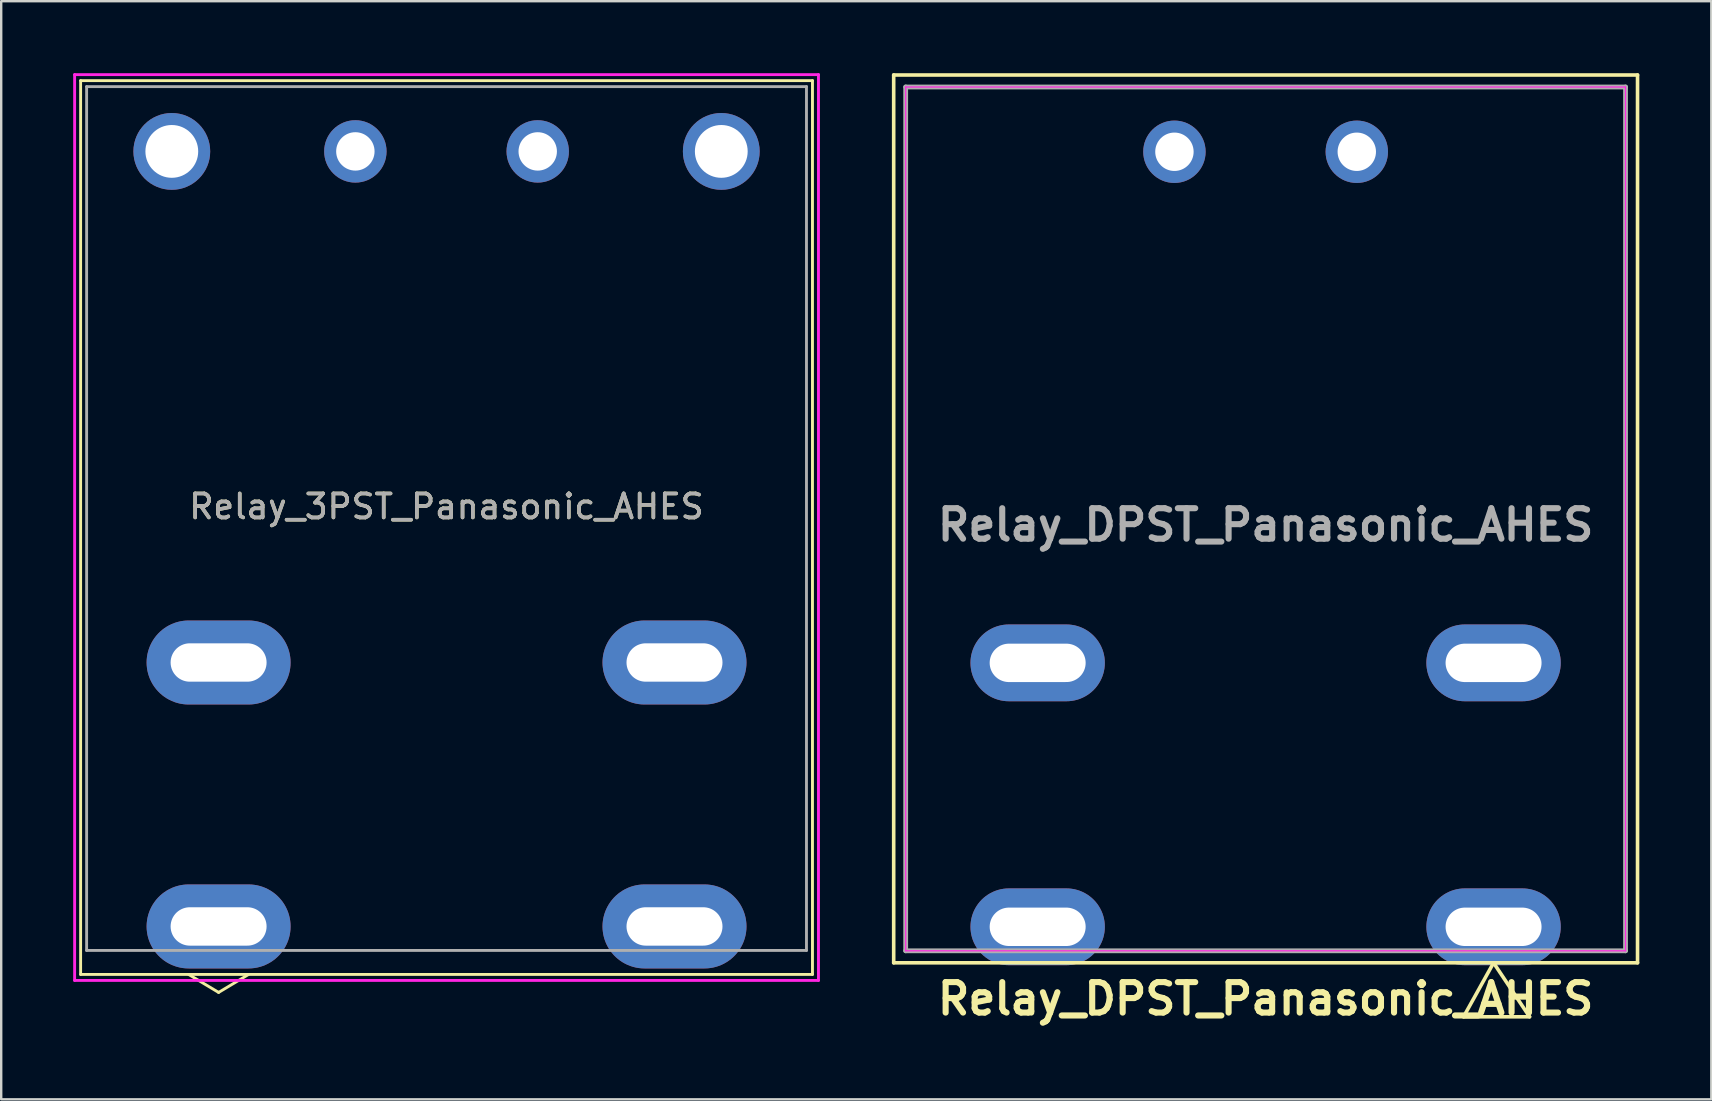
<source format=kicad_pcb>
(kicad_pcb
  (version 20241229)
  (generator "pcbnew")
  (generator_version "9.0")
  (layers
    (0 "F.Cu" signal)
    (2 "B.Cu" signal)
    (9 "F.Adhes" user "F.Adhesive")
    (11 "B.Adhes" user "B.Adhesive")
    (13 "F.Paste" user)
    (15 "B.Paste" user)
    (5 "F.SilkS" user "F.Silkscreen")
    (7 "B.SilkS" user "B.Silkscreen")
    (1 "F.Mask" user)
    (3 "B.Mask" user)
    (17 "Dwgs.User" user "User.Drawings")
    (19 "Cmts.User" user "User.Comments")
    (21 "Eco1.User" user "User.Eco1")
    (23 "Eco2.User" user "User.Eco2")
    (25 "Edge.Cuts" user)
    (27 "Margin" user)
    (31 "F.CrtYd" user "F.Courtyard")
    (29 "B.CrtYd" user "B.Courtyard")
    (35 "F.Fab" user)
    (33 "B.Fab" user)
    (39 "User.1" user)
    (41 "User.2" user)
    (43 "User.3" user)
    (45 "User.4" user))
  (footprint "Relay_DPST_Panasonic_AHES"
    (layer "F.Cu")
    (at 59.195 35.575)
    (property "Reference" "Relay_DPST_Panasonic_AHES" (at -9.5 3 180) (layer "F.SilkS") (effects (font (size 1.27 1.27) (thickness 0.254))))
    (attr through_hole)
    (fp_line (start -25 -35.5) (end 6 -35.5) (stroke (width 0.15) (type solid)) (layer "F.SilkS"))
    (fp_line (start -25 1.5) (end -25 -35.5) (stroke (width 0.15) (type solid)) (layer "F.SilkS"))
    (fp_line (start -1.25 3.75) (end 1.5 3.75) (stroke (width 0.15) (type solid)) (layer "F.SilkS"))
    (fp_line (start 0 1.5) (end -1.25 3.75) (stroke (width 0.15) (type solid)) (layer "F.SilkS"))
    (fp_line (start 1.5 3.75) (end 0 1.5) (stroke (width 0.15) (type solid)) (layer "F.SilkS"))
    (fp_line (start 6 -35.5) (end 6 1.5) (stroke (width 0.15) (type solid)) (layer "F.SilkS"))
    (fp_line (start 6 1.5) (end -25 1.5) (stroke (width 0.15) (type solid)) (layer "F.SilkS"))
    (fp_line (start -24.5 -35) (end 5.5 -35) (stroke (width 0.05) (type solid)) (layer "F.CrtYd"))
    (fp_line (start -24.5 1) (end -24.5 -35) (stroke (width 0.05) (type solid)) (layer "F.CrtYd"))
    (fp_line (start 5.5 -35) (end 5.5 1) (stroke (width 0.05) (type solid)) (layer "F.CrtYd"))
    (fp_line (start 5.5 1) (end -24.5 1) (stroke (width 0.05) (type solid)) (layer "F.CrtYd"))
    (fp_line (start -24.5 -35) (end 5.5 -35) (stroke (width 0.2) (type solid)) (layer "F.Fab"))
    (fp_line (start -24.5 1) (end -24.5 -35) (stroke (width 0.2) (type solid)) (layer "F.Fab"))
    (fp_line (start 5.5 -35) (end 5.5 1) (stroke (width 0.2) (type solid)) (layer "F.Fab"))
    (fp_line (start 5.5 1) (end -24.5 1) (stroke (width 0.2) (type solid)) (layer "F.Fab"))
    (fp_text user "${REFERENCE}" (at -9.5 -16.75 180) (layer "F.Fab") (effects (font (size 1.27 1.27) (thickness 0.254))))
    (pad "1" thru_hole oval (at 0 0) (size 5.6 3.2) (drill oval 4 1.6) (layers "*.Cu" "*.Mask"))
    (pad "2" thru_hole oval (at 0 -11) (size 5.6 3.2) (drill oval 4 1.6) (layers "*.Cu" "*.Mask"))
    (pad "4" thru_hole circle (at -5.7 -32.3) (size 2.6 2.6) (drill 1.6) (layers "*.Cu" "*.Mask"))
    (pad "5" thru_hole circle (at -13.3 -32.3) (size 2.6 2.6) (drill 1.6) (layers "*.Cu" "*.Mask"))
    (pad "7" thru_hole oval (at -19 -11) (size 5.6 3.2) (drill oval 4 1.6) (layers "*.Cu" "*.Mask"))
    (pad "8" thru_hole oval (at -19 0) (size 5.6 3.2) (drill oval 4 1.6) (layers "*.Cu" "*.Mask")))
  (footprint "Relay_3PST_Panasonic_AHES"
    (layer "F.Cu")
    (at 6.06 35.56)
    (property "Reference" "Relay_3PST_Panasonic_AHES" (at 9.5 -17.5 0) (layer "F.SilkS") (effects (font (size 1 1) (thickness 0.15))))
    (attr through_hole)
    (fp_line (start -5.75 -35.25) (end 24.75 -35.25) (stroke (width 0.12) (type solid)) (layer "F.SilkS"))
    (fp_line (start -5.75 2) (end -5.75 -35.25) (stroke (width 0.12) (type solid)) (layer "F.SilkS"))
    (fp_line (start -1.25 2) (end 0 2.75) (stroke (width 0.12) (type solid)) (layer "F.SilkS"))
    (fp_line (start 0 2.75) (end 1.25 2) (stroke (width 0.12) (type solid)) (layer "F.SilkS"))
    (fp_line (start 24.75 -35.25) (end 24.75 2) (stroke (width 0.12) (type solid)) (layer "F.SilkS"))
    (fp_line (start 24.75 2) (end -5.75 2) (stroke (width 0.12) (type solid)) (layer "F.SilkS"))
    (fp_line (start -6 -35.5) (end -6 2.25) (stroke (width 0.12) (type solid)) (layer "F.CrtYd"))
    (fp_line (start -6 2.25) (end 25 2.25) (stroke (width 0.12) (type solid)) (layer "F.CrtYd"))
    (fp_line (start 25 -35.5) (end -6 -35.5) (stroke (width 0.12) (type solid)) (layer "F.CrtYd"))
    (fp_line (start 25 2.25) (end 25 -35.5) (stroke (width 0.12) (type solid)) (layer "F.CrtYd"))
    (fp_line (start -5.5 -35) (end -5.5 1) (stroke (width 0.12) (type solid)) (layer "F.Fab"))
    (fp_line (start -5.5 1) (end 24.5 1) (stroke (width 0.12) (type solid)) (layer "F.Fab"))
    (fp_line (start 24.5 -35) (end -5.5 -35) (stroke (width 0.12) (type solid)) (layer "F.Fab"))
    (fp_line (start 24.5 1) (end 24.5 -35) (stroke (width 0.12) (type solid)) (layer "F.Fab"))
    (fp_text user "${REFERENCE}" (at 9.5 -17.5 0) (layer "F.Fab") (effects (font (size 1 1) (thickness 0.15))))
    (pad "1" thru_hole oval (at 0 0) (size 6 3.5) (drill oval 4 1.6) (layers "*.Cu" "*.Mask"))
    (pad "2" thru_hole oval (at 0 -11) (size 6 3.5) (drill oval 4 1.6) (layers "*.Cu" "*.Mask"))
    (pad "3" thru_hole circle (at -1.95 -32.3) (size 3.2 3.2) (drill 2.2) (layers "*.Cu" "*.Mask"))
    (pad "4" thru_hole circle (at 5.7 -32.3) (size 2.6 2.6) (drill 1.6) (layers "*.Cu" "*.Mask"))
    (pad "5" thru_hole circle (at 13.3 -32.3) (size 2.6 2.6) (drill 1.6) (layers "*.Cu" "*.Mask"))
    (pad "6" thru_hole circle (at 20.95 -32.3) (size 3.2 3.2) (drill 2.2) (layers "*.Cu" "*.Mask"))
    (pad "7" thru_hole oval (at 19 -11) (size 6 3.5) (drill oval 4 1.6) (layers "*.Cu" "*.Mask"))
    (pad "8" thru_hole oval (at 19 0) (size 6 3.5) (drill oval 4 1.6) (layers "*.Cu" "*.Mask")))
  (gr_rect
    (start -3 -3)
    (end 68.27 42.764)
    (stroke (width 0.1) (type default))
    (fill no)
    (layer "Edge.Cuts")))
</source>
